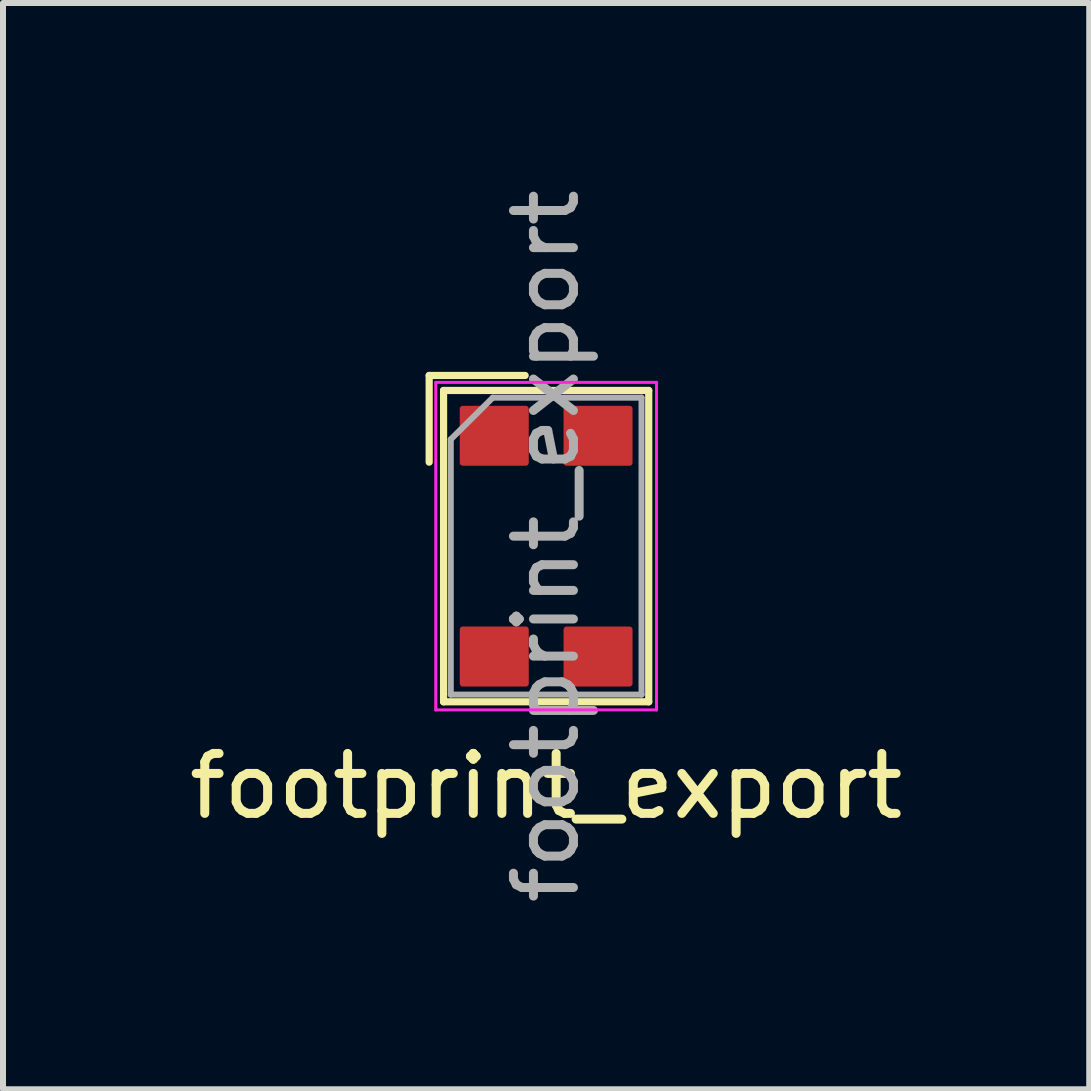
<source format=kicad_pcb>
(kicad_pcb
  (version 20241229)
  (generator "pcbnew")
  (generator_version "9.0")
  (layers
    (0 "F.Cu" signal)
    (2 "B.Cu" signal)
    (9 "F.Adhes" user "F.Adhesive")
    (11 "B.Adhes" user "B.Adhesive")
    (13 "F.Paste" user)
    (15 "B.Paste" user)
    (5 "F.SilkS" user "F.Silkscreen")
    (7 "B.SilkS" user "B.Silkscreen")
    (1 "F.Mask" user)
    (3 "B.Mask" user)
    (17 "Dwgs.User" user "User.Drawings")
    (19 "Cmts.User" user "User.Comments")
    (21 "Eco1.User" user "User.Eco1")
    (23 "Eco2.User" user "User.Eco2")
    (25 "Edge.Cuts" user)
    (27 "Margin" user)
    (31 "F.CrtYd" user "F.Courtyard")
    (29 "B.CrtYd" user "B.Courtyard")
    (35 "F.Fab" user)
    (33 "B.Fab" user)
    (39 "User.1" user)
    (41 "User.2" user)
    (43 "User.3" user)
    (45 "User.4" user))
  (footprint "footprint_export"
    (layer "F.Cu")
    (at 6.054 6.054)
    (property "Reference" "footprint_export" (at 0 4 0) (layer "F.SilkS") (effects (font (size 1 1) (thickness 0.15))))
    (attr smd)
    (fp_line (start -1.95 -2.845) (end -1.95 -1.4) (stroke (width 0.12) (type solid)) (layer "F.SilkS"))
    (fp_line (start -1.95 -2.845) (end -0.35 -2.845) (stroke (width 0.12) (type solid)) (layer "F.SilkS"))
    (fp_line (start -1.71 -2.595) (end -1.71 2.595) (stroke (width 0.12) (type solid)) (layer "F.SilkS"))
    (fp_line (start -1.71 -2.595) (end 1.71 -2.595) (stroke (width 0.12) (type solid)) (layer "F.SilkS"))
    (fp_line (start -1.71 2.595) (end 1.71 2.595) (stroke (width 0.12) (type solid)) (layer "F.SilkS"))
    (fp_line (start 1.71 -2.595) (end 1.71 2.595) (stroke (width 0.12) (type solid)) (layer "F.SilkS"))
    (fp_line (start -1.84 -2.73) (end 1.84 -2.73) (stroke (width 0.05) (type solid)) (layer "F.CrtYd"))
    (fp_line (start -1.84 2.73) (end -1.84 -2.73) (stroke (width 0.05) (type solid)) (layer "F.CrtYd"))
    (fp_line (start -1.84 2.73) (end 1.84 2.73) (stroke (width 0.05) (type solid)) (layer "F.CrtYd"))
    (fp_line (start 1.84 2.73) (end 1.84 -2.73) (stroke (width 0.05) (type solid)) (layer "F.CrtYd"))
    (fp_line (start -1.59 -1.78) (end -1.59 2.475) (stroke (width 0.1) (type solid)) (layer "F.Fab"))
    (fp_line (start -1.59 -1.78) (end -0.89 -2.475) (stroke (width 0.1) (type solid)) (layer "F.Fab"))
    (fp_line (start -1.59 2.475) (end 1.59 2.475) (stroke (width 0.1) (type solid)) (layer "F.Fab"))
    (fp_line (start -0.89 -2.475) (end 1.59 -2.475) (stroke (width 0.1) (type solid)) (layer "F.Fab"))
    (fp_line (start 1.59 -2.475) (end 1.59 2.475) (stroke (width 0.1) (type solid)) (layer "F.Fab"))
    (fp_text user "${REFERENCE}" (at 0 0 90) (layer "F.Fab") (effects (font (size 1 1) (thickness 0.15))))
    (pad "1" smd roundrect (at -0.865 -1.84) (size 1.15 1) (layers "F.Cu" "F.Mask" "F.Paste") (roundrect_rratio 0.05))
    (pad "2" smd roundrect (at -0.865 1.84) (size 1.15 1) (layers "F.Cu" "F.Mask" "F.Paste") (roundrect_rratio 0.05))
    (pad "3" smd roundrect (at 0.865 1.84) (size 1.15 1) (layers "F.Cu" "F.Mask" "F.Paste") (roundrect_rratio 0.05))
    (pad "4" smd roundrect (at 0.865 -1.84) (size 1.15 1) (layers "F.Cu" "F.Mask" "F.Paste") (roundrect_rratio 0.05)))
  (gr_rect
    (start -3 -3)
    (end 15.107 15.107)
    (stroke (width 0.1) (type default))
    (fill no)
    (layer "Edge.Cuts")))
</source>
